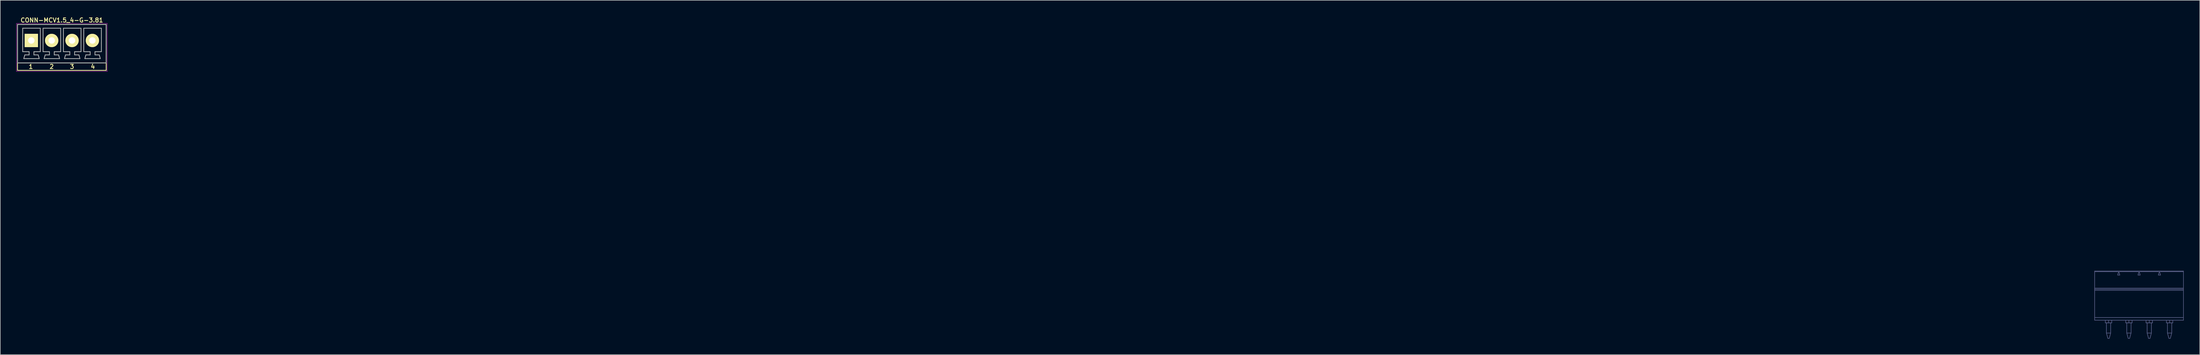
<source format=kicad_pcb>
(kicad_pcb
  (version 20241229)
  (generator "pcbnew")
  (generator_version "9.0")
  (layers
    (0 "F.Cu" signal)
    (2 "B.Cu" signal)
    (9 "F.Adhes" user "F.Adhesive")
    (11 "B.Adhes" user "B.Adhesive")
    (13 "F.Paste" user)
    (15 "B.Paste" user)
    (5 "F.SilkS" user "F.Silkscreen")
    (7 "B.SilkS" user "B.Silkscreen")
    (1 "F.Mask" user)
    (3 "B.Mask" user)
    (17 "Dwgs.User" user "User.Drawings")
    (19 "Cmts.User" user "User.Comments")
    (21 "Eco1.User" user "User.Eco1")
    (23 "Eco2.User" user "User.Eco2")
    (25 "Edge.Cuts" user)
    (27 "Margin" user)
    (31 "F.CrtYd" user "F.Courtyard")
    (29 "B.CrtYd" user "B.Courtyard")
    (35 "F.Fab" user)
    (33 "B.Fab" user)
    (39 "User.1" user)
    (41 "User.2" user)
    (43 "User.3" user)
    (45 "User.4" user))
  (footprint "CONN-MCV1.5_4-G-3.81"
    (layer "F.Cu")
    (at 8.53 4.531)
    (property "Reference" "CONN-MCV1.5_4-G-3.81" (at 0 -3.8 0) (layer "F.SilkS") (effects (font (size 0.8 0.8) (thickness 0.15))))
    (attr through_hole)
    (fp_line (start -8.305 -3) (end -8.305 5.6) (stroke (width 0.15) (type solid)) (layer "F.SilkS"))
    (fp_line (start -8.305 -3) (end 8.305 -3) (stroke (width 0.15) (type solid)) (layer "F.SilkS"))
    (fp_line (start -8.305 5.6) (end 8.305 5.6) (stroke (width 0.15) (type solid)) (layer "F.SilkS"))
    (fp_line (start 8.305 -3) (end 8.305 5.6) (stroke (width 0.15) (type solid)) (layer "F.SilkS"))
    (fp_line (start 8.305 4.2) (end -8.305 4.2) (stroke (width 0.15) (type solid)) (layer "F.SilkS"))
    (fp_line (start -8.505 -3.2) (end 8.505 -3.2) (stroke (width 0.05) (type solid)) (layer "F.CrtYd"))
    (fp_line (start -8.505 5.8) (end -8.505 -3.2) (stroke (width 0.05) (type solid)) (layer "F.CrtYd"))
    (fp_line (start 8.505 -3.2) (end 8.505 5.8) (stroke (width 0.05) (type solid)) (layer "F.CrtYd"))
    (fp_line (start 8.505 5.8) (end -8.505 5.8) (stroke (width 0.05) (type solid)) (layer "F.CrtYd"))
    (fp_line (start 380.586 43.204) (end 380.586 43.304) (stroke (width 0.1) (type solid)) (layer "B.Fab"))
    (fp_line (start 380.586 43.204) (end 380.586 43.304) (stroke (width 0.1) (type solid)) (layer "B.Fab"))
    (fp_line (start 380.586 43.204) (end 384.891 43.204) (stroke (width 0.1) (type solid)) (layer "B.Fab"))
    (fp_line (start 380.586 43.204) (end 384.891 43.204) (stroke (width 0.1) (type solid)) (layer "B.Fab"))
    (fp_line (start 380.586 43.304) (end 384.891 43.304) (stroke (width 0.1) (type solid)) (layer "B.Fab"))
    (fp_line (start 380.586 43.304) (end 384.891 43.304) (stroke (width 0.1) (type solid)) (layer "B.Fab"))
    (fp_line (start 380.586 46.404) (end 380.586 43.304) (stroke (width 0.1) (type solid)) (layer "B.Fab"))
    (fp_line (start 380.586 46.404) (end 380.586 43.304) (stroke (width 0.1) (type solid)) (layer "B.Fab"))
    (fp_line (start 380.586 46.404) (end 397.216 46.404) (stroke (width 0.1) (type solid)) (layer "B.Fab"))
    (fp_line (start 380.586 46.404) (end 397.216 46.404) (stroke (width 0.1) (type solid)) (layer "B.Fab"))
    (fp_line (start 380.586 46.604) (end 380.586 46.404) (stroke (width 0.1) (type solid)) (layer "B.Fab"))
    (fp_line (start 380.586 46.604) (end 380.586 46.404) (stroke (width 0.1) (type solid)) (layer "B.Fab"))
    (fp_line (start 380.586 46.604) (end 380.586 46.804) (stroke (width 0.1) (type solid)) (layer "B.Fab"))
    (fp_line (start 380.586 46.604) (end 380.586 46.804) (stroke (width 0.1) (type solid)) (layer "B.Fab"))
    (fp_line (start 380.586 46.804) (end 397.216 46.804) (stroke (width 0.1) (type solid)) (layer "B.Fab"))
    (fp_line (start 380.586 46.804) (end 397.216 46.804) (stroke (width 0.1) (type solid)) (layer "B.Fab"))
    (fp_line (start 380.586 51.904) (end 380.586 46.804) (stroke (width 0.1) (type solid)) (layer "B.Fab"))
    (fp_line (start 380.586 51.904) (end 380.586 46.804) (stroke (width 0.1) (type solid)) (layer "B.Fab"))
    (fp_line (start 380.586 51.904) (end 380.586 52.404) (stroke (width 0.1) (type solid)) (layer "B.Fab"))
    (fp_line (start 380.586 51.904) (end 380.586 52.404) (stroke (width 0.1) (type solid)) (layer "B.Fab"))
    (fp_line (start 380.586 52.404) (end 382.586 52.404) (stroke (width 0.1) (type solid)) (layer "B.Fab"))
    (fp_line (start 380.586 52.404) (end 382.586 52.404) (stroke (width 0.1) (type solid)) (layer "B.Fab"))
    (fp_line (start 382.586 52.404) (end 382.586 52.904) (stroke (width 0.1) (type solid)) (layer "B.Fab"))
    (fp_line (start 382.586 52.404) (end 382.586 52.904) (stroke (width 0.1) (type solid)) (layer "B.Fab"))
    (fp_line (start 382.586 52.404) (end 383.786 52.404) (stroke (width 0.1) (type solid)) (layer "B.Fab"))
    (fp_line (start 382.586 52.404) (end 383.786 52.404) (stroke (width 0.1) (type solid)) (layer "B.Fab"))
    (fp_line (start 382.786 52.904) (end 382.586 52.904) (stroke (width 0.1) (type solid)) (layer "B.Fab"))
    (fp_line (start 382.786 52.904) (end 382.586 52.904) (stroke (width 0.1) (type solid)) (layer "B.Fab"))
    (fp_line (start 382.786 52.904) (end 382.786 54.804) (stroke (width 0.1) (type solid)) (layer "B.Fab"))
    (fp_line (start 382.786 52.904) (end 382.786 54.804) (stroke (width 0.1) (type solid)) (layer "B.Fab"))
    (fp_line (start 383.054 55.804) (end 382.786 54.804) (stroke (width 0.1) (type solid)) (layer "B.Fab"))
    (fp_line (start 383.054 55.804) (end 382.786 54.804) (stroke (width 0.1) (type solid)) (layer "B.Fab"))
    (fp_line (start 383.054 55.804) (end 383.318 55.804) (stroke (width 0.1) (type solid)) (layer "B.Fab"))
    (fp_line (start 383.054 55.804) (end 383.318 55.804) (stroke (width 0.1) (type solid)) (layer "B.Fab"))
    (fp_line (start 383.186 52.404) (end 383.186 52.904) (stroke (width 0.1) (type solid)) (layer "B.Fab"))
    (fp_line (start 383.186 52.404) (end 383.186 52.904) (stroke (width 0.1) (type solid)) (layer "B.Fab"))
    (fp_line (start 383.186 52.904) (end 382.786 52.904) (stroke (width 0.1) (type solid)) (layer "B.Fab"))
    (fp_line (start 383.186 52.904) (end 382.786 52.904) (stroke (width 0.1) (type solid)) (layer "B.Fab"))
    (fp_line (start 383.318 55.804) (end 383.586 54.804) (stroke (width 0.1) (type solid)) (layer "B.Fab"))
    (fp_line (start 383.318 55.804) (end 383.586 54.804) (stroke (width 0.1) (type solid)) (layer "B.Fab"))
    (fp_line (start 383.586 52.904) (end 383.186 52.904) (stroke (width 0.1) (type solid)) (layer "B.Fab"))
    (fp_line (start 383.586 52.904) (end 383.186 52.904) (stroke (width 0.1) (type solid)) (layer "B.Fab"))
    (fp_line (start 383.586 52.904) (end 383.586 54.804) (stroke (width 0.1) (type solid)) (layer "B.Fab"))
    (fp_line (start 383.586 52.904) (end 383.586 54.804) (stroke (width 0.1) (type solid)) (layer "B.Fab"))
    (fp_line (start 383.586 54.804) (end 382.786 54.804) (stroke (width 0.1) (type solid)) (layer "B.Fab"))
    (fp_line (start 383.586 54.804) (end 382.786 54.804) (stroke (width 0.1) (type solid)) (layer "B.Fab"))
    (fp_line (start 383.786 52.404) (end 383.786 52.904) (stroke (width 0.1) (type solid)) (layer "B.Fab"))
    (fp_line (start 383.786 52.404) (end 383.786 52.904) (stroke (width 0.1) (type solid)) (layer "B.Fab"))
    (fp_line (start 383.786 52.404) (end 386.396 52.404) (stroke (width 0.1) (type solid)) (layer "B.Fab"))
    (fp_line (start 383.786 52.404) (end 386.396 52.404) (stroke (width 0.1) (type solid)) (layer "B.Fab"))
    (fp_line (start 383.786 52.904) (end 383.586 52.904) (stroke (width 0.1) (type solid)) (layer "B.Fab"))
    (fp_line (start 383.786 52.904) (end 383.586 52.904) (stroke (width 0.1) (type solid)) (layer "B.Fab"))
    (fp_line (start 384.89 43.954) (end 385.292 43.954) (stroke (width 0.1) (type solid)) (layer "B.Fab"))
    (fp_line (start 384.89 43.954) (end 385.292 43.954) (stroke (width 0.1) (type solid)) (layer "B.Fab"))
    (fp_line (start 384.891 43.204) (end 385.291 43.204) (stroke (width 0.1) (type solid)) (layer "B.Fab"))
    (fp_line (start 384.891 43.204) (end 385.291 43.204) (stroke (width 0.1) (type solid)) (layer "B.Fab"))
    (fp_line (start 384.891 43.304) (end 384.891 43.204) (stroke (width 0.1) (type solid)) (layer "B.Fab"))
    (fp_line (start 384.891 43.304) (end 384.891 43.204) (stroke (width 0.1) (type solid)) (layer "B.Fab"))
    (fp_line (start 385.091 43.204) (end 384.89 43.954) (stroke (width 0.1) (type solid)) (layer "B.Fab"))
    (fp_line (start 385.091 43.204) (end 384.89 43.954) (stroke (width 0.1) (type solid)) (layer "B.Fab"))
    (fp_line (start 385.291 43.204) (end 385.291 43.304) (stroke (width 0.1) (type solid)) (layer "B.Fab"))
    (fp_line (start 385.291 43.204) (end 385.291 43.304) (stroke (width 0.1) (type solid)) (layer "B.Fab"))
    (fp_line (start 385.291 43.204) (end 388.701 43.204) (stroke (width 0.1) (type solid)) (layer "B.Fab"))
    (fp_line (start 385.291 43.204) (end 388.701 43.204) (stroke (width 0.1) (type solid)) (layer "B.Fab"))
    (fp_line (start 385.291 43.304) (end 388.701 43.304) (stroke (width 0.1) (type solid)) (layer "B.Fab"))
    (fp_line (start 385.291 43.304) (end 388.701 43.304) (stroke (width 0.1) (type solid)) (layer "B.Fab"))
    (fp_line (start 385.292 43.954) (end 385.091 43.204) (stroke (width 0.1) (type solid)) (layer "B.Fab"))
    (fp_line (start 385.292 43.954) (end 385.091 43.204) (stroke (width 0.1) (type solid)) (layer "B.Fab"))
    (fp_line (start 386.396 52.404) (end 386.396 52.904) (stroke (width 0.1) (type solid)) (layer "B.Fab"))
    (fp_line (start 386.396 52.404) (end 386.396 52.904) (stroke (width 0.1) (type solid)) (layer "B.Fab"))
    (fp_line (start 386.396 52.404) (end 387.596 52.404) (stroke (width 0.1) (type solid)) (layer "B.Fab"))
    (fp_line (start 386.396 52.404) (end 387.596 52.404) (stroke (width 0.1) (type solid)) (layer "B.Fab"))
    (fp_line (start 386.596 52.904) (end 386.396 52.904) (stroke (width 0.1) (type solid)) (layer "B.Fab"))
    (fp_line (start 386.596 52.904) (end 386.396 52.904) (stroke (width 0.1) (type solid)) (layer "B.Fab"))
    (fp_line (start 386.596 52.904) (end 386.596 54.804) (stroke (width 0.1) (type solid)) (layer "B.Fab"))
    (fp_line (start 386.596 52.904) (end 386.596 54.804) (stroke (width 0.1) (type solid)) (layer "B.Fab"))
    (fp_line (start 386.864 55.804) (end 386.596 54.804) (stroke (width 0.1) (type solid)) (layer "B.Fab"))
    (fp_line (start 386.864 55.804) (end 386.596 54.804) (stroke (width 0.1) (type solid)) (layer "B.Fab"))
    (fp_line (start 386.864 55.804) (end 387.128 55.804) (stroke (width 0.1) (type solid)) (layer "B.Fab"))
    (fp_line (start 386.864 55.804) (end 387.128 55.804) (stroke (width 0.1) (type solid)) (layer "B.Fab"))
    (fp_line (start 386.996 52.404) (end 386.996 52.904) (stroke (width 0.1) (type solid)) (layer "B.Fab"))
    (fp_line (start 386.996 52.404) (end 386.996 52.904) (stroke (width 0.1) (type solid)) (layer "B.Fab"))
    (fp_line (start 386.996 52.904) (end 386.596 52.904) (stroke (width 0.1) (type solid)) (layer "B.Fab"))
    (fp_line (start 386.996 52.904) (end 386.596 52.904) (stroke (width 0.1) (type solid)) (layer "B.Fab"))
    (fp_line (start 387.128 55.804) (end 387.396 54.804) (stroke (width 0.1) (type solid)) (layer "B.Fab"))
    (fp_line (start 387.128 55.804) (end 387.396 54.804) (stroke (width 0.1) (type solid)) (layer "B.Fab"))
    (fp_line (start 387.396 52.904) (end 386.996 52.904) (stroke (width 0.1) (type solid)) (layer "B.Fab"))
    (fp_line (start 387.396 52.904) (end 386.996 52.904) (stroke (width 0.1) (type solid)) (layer "B.Fab"))
    (fp_line (start 387.396 52.904) (end 387.396 54.804) (stroke (width 0.1) (type solid)) (layer "B.Fab"))
    (fp_line (start 387.396 52.904) (end 387.396 54.804) (stroke (width 0.1) (type solid)) (layer "B.Fab"))
    (fp_line (start 387.396 54.804) (end 386.596 54.804) (stroke (width 0.1) (type solid)) (layer "B.Fab"))
    (fp_line (start 387.396 54.804) (end 386.596 54.804) (stroke (width 0.1) (type solid)) (layer "B.Fab"))
    (fp_line (start 387.596 52.404) (end 387.596 52.904) (stroke (width 0.1) (type solid)) (layer "B.Fab"))
    (fp_line (start 387.596 52.404) (end 387.596 52.904) (stroke (width 0.1) (type solid)) (layer "B.Fab"))
    (fp_line (start 387.596 52.404) (end 390.206 52.404) (stroke (width 0.1) (type solid)) (layer "B.Fab"))
    (fp_line (start 387.596 52.404) (end 390.206 52.404) (stroke (width 0.1) (type solid)) (layer "B.Fab"))
    (fp_line (start 387.596 52.904) (end 387.396 52.904) (stroke (width 0.1) (type solid)) (layer "B.Fab"))
    (fp_line (start 387.596 52.904) (end 387.396 52.904) (stroke (width 0.1) (type solid)) (layer "B.Fab"))
    (fp_line (start 388.7 43.954) (end 389.102 43.954) (stroke (width 0.1) (type solid)) (layer "B.Fab"))
    (fp_line (start 388.7 43.954) (end 389.102 43.954) (stroke (width 0.1) (type solid)) (layer "B.Fab"))
    (fp_line (start 388.701 43.204) (end 389.101 43.204) (stroke (width 0.1) (type solid)) (layer "B.Fab"))
    (fp_line (start 388.701 43.204) (end 389.101 43.204) (stroke (width 0.1) (type solid)) (layer "B.Fab"))
    (fp_line (start 388.701 43.304) (end 388.701 43.204) (stroke (width 0.1) (type solid)) (layer "B.Fab"))
    (fp_line (start 388.701 43.304) (end 388.701 43.204) (stroke (width 0.1) (type solid)) (layer "B.Fab"))
    (fp_line (start 388.901 43.204) (end 388.7 43.954) (stroke (width 0.1) (type solid)) (layer "B.Fab"))
    (fp_line (start 388.901 43.204) (end 388.7 43.954) (stroke (width 0.1) (type solid)) (layer "B.Fab"))
    (fp_line (start 389.101 43.204) (end 389.101 43.304) (stroke (width 0.1) (type solid)) (layer "B.Fab"))
    (fp_line (start 389.101 43.204) (end 389.101 43.304) (stroke (width 0.1) (type solid)) (layer "B.Fab"))
    (fp_line (start 389.101 43.204) (end 392.511 43.204) (stroke (width 0.1) (type solid)) (layer "B.Fab"))
    (fp_line (start 389.101 43.204) (end 392.511 43.204) (stroke (width 0.1) (type solid)) (layer "B.Fab"))
    (fp_line (start 389.101 43.304) (end 392.511 43.304) (stroke (width 0.1) (type solid)) (layer "B.Fab"))
    (fp_line (start 389.101 43.304) (end 392.511 43.304) (stroke (width 0.1) (type solid)) (layer "B.Fab"))
    (fp_line (start 389.102 43.954) (end 388.901 43.204) (stroke (width 0.1) (type solid)) (layer "B.Fab"))
    (fp_line (start 389.102 43.954) (end 388.901 43.204) (stroke (width 0.1) (type solid)) (layer "B.Fab"))
    (fp_line (start 390.206 52.404) (end 390.206 52.904) (stroke (width 0.1) (type solid)) (layer "B.Fab"))
    (fp_line (start 390.206 52.404) (end 390.206 52.904) (stroke (width 0.1) (type solid)) (layer "B.Fab"))
    (fp_line (start 390.206 52.404) (end 391.406 52.404) (stroke (width 0.1) (type solid)) (layer "B.Fab"))
    (fp_line (start 390.206 52.404) (end 391.406 52.404) (stroke (width 0.1) (type solid)) (layer "B.Fab"))
    (fp_line (start 390.406 52.904) (end 390.206 52.904) (stroke (width 0.1) (type solid)) (layer "B.Fab"))
    (fp_line (start 390.406 52.904) (end 390.206 52.904) (stroke (width 0.1) (type solid)) (layer "B.Fab"))
    (fp_line (start 390.406 52.904) (end 390.406 54.804) (stroke (width 0.1) (type solid)) (layer "B.Fab"))
    (fp_line (start 390.406 52.904) (end 390.406 54.804) (stroke (width 0.1) (type solid)) (layer "B.Fab"))
    (fp_line (start 390.674 55.804) (end 390.406 54.804) (stroke (width 0.1) (type solid)) (layer "B.Fab"))
    (fp_line (start 390.674 55.804) (end 390.406 54.804) (stroke (width 0.1) (type solid)) (layer "B.Fab"))
    (fp_line (start 390.674 55.804) (end 390.938 55.804) (stroke (width 0.1) (type solid)) (layer "B.Fab"))
    (fp_line (start 390.674 55.804) (end 390.938 55.804) (stroke (width 0.1) (type solid)) (layer "B.Fab"))
    (fp_line (start 390.806 52.404) (end 390.806 52.904) (stroke (width 0.1) (type solid)) (layer "B.Fab"))
    (fp_line (start 390.806 52.404) (end 390.806 52.904) (stroke (width 0.1) (type solid)) (layer "B.Fab"))
    (fp_line (start 390.938 55.804) (end 391.206 54.804) (stroke (width 0.1) (type solid)) (layer "B.Fab"))
    (fp_line (start 390.938 55.804) (end 391.206 54.804) (stroke (width 0.1) (type solid)) (layer "B.Fab"))
    (fp_line (start 391.206 52.904) (end 390.406 52.904) (stroke (width 0.1) (type solid)) (layer "B.Fab"))
    (fp_line (start 391.206 52.904) (end 390.406 52.904) (stroke (width 0.1) (type solid)) (layer "B.Fab"))
    (fp_line (start 391.206 52.904) (end 391.206 54.804) (stroke (width 0.1) (type solid)) (layer "B.Fab"))
    (fp_line (start 391.206 52.904) (end 391.206 54.804) (stroke (width 0.1) (type solid)) (layer "B.Fab"))
    (fp_line (start 391.206 54.804) (end 390.406 54.804) (stroke (width 0.1) (type solid)) (layer "B.Fab"))
    (fp_line (start 391.206 54.804) (end 390.406 54.804) (stroke (width 0.1) (type solid)) (layer "B.Fab"))
    (fp_line (start 391.406 52.404) (end 391.406 52.904) (stroke (width 0.1) (type solid)) (layer "B.Fab"))
    (fp_line (start 391.406 52.404) (end 391.406 52.904) (stroke (width 0.1) (type solid)) (layer "B.Fab"))
    (fp_line (start 391.406 52.404) (end 394.016 52.404) (stroke (width 0.1) (type solid)) (layer "B.Fab"))
    (fp_line (start 391.406 52.404) (end 394.016 52.404) (stroke (width 0.1) (type solid)) (layer "B.Fab"))
    (fp_line (start 391.406 52.904) (end 391.206 52.904) (stroke (width 0.1) (type solid)) (layer "B.Fab"))
    (fp_line (start 391.406 52.904) (end 391.206 52.904) (stroke (width 0.1) (type solid)) (layer "B.Fab"))
    (fp_line (start 392.51 43.954) (end 392.912 43.954) (stroke (width 0.1) (type solid)) (layer "B.Fab"))
    (fp_line (start 392.51 43.954) (end 392.912 43.954) (stroke (width 0.1) (type solid)) (layer "B.Fab"))
    (fp_line (start 392.511 43.204) (end 392.911 43.204) (stroke (width 0.1) (type solid)) (layer "B.Fab"))
    (fp_line (start 392.511 43.204) (end 392.911 43.204) (stroke (width 0.1) (type solid)) (layer "B.Fab"))
    (fp_line (start 392.511 43.304) (end 392.511 43.204) (stroke (width 0.1) (type solid)) (layer "B.Fab"))
    (fp_line (start 392.511 43.304) (end 392.511 43.204) (stroke (width 0.1) (type solid)) (layer "B.Fab"))
    (fp_line (start 392.711 43.204) (end 392.51 43.954) (stroke (width 0.1) (type solid)) (layer "B.Fab"))
    (fp_line (start 392.711 43.204) (end 392.51 43.954) (stroke (width 0.1) (type solid)) (layer "B.Fab"))
    (fp_line (start 392.911 43.204) (end 392.911 43.304) (stroke (width 0.1) (type solid)) (layer "B.Fab"))
    (fp_line (start 392.911 43.204) (end 392.911 43.304) (stroke (width 0.1) (type solid)) (layer "B.Fab"))
    (fp_line (start 392.911 43.204) (end 397.216 43.204) (stroke (width 0.1) (type solid)) (layer "B.Fab"))
    (fp_line (start 392.911 43.204) (end 397.216 43.204) (stroke (width 0.1) (type solid)) (layer "B.Fab"))
    (fp_line (start 392.911 43.304) (end 397.216 43.304) (stroke (width 0.1) (type solid)) (layer "B.Fab"))
    (fp_line (start 392.911 43.304) (end 397.216 43.304) (stroke (width 0.1) (type solid)) (layer "B.Fab"))
    (fp_line (start 392.912 43.954) (end 392.711 43.204) (stroke (width 0.1) (type solid)) (layer "B.Fab"))
    (fp_line (start 392.912 43.954) (end 392.711 43.204) (stroke (width 0.1) (type solid)) (layer "B.Fab"))
    (fp_line (start 394.016 52.404) (end 394.016 52.904) (stroke (width 0.1) (type solid)) (layer "B.Fab"))
    (fp_line (start 394.016 52.404) (end 394.016 52.904) (stroke (width 0.1) (type solid)) (layer "B.Fab"))
    (fp_line (start 394.016 52.404) (end 395.216 52.404) (stroke (width 0.1) (type solid)) (layer "B.Fab"))
    (fp_line (start 394.016 52.404) (end 395.216 52.404) (stroke (width 0.1) (type solid)) (layer "B.Fab"))
    (fp_line (start 394.216 52.904) (end 394.016 52.904) (stroke (width 0.1) (type solid)) (layer "B.Fab"))
    (fp_line (start 394.216 52.904) (end 394.016 52.904) (stroke (width 0.1) (type solid)) (layer "B.Fab"))
    (fp_line (start 394.216 52.904) (end 394.216 54.804) (stroke (width 0.1) (type solid)) (layer "B.Fab"))
    (fp_line (start 394.216 52.904) (end 394.216 54.804) (stroke (width 0.1) (type solid)) (layer "B.Fab"))
    (fp_line (start 394.484 55.804) (end 394.216 54.804) (stroke (width 0.1) (type solid)) (layer "B.Fab"))
    (fp_line (start 394.484 55.804) (end 394.216 54.804) (stroke (width 0.1) (type solid)) (layer "B.Fab"))
    (fp_line (start 394.484 55.804) (end 394.748 55.804) (stroke (width 0.1) (type solid)) (layer "B.Fab"))
    (fp_line (start 394.484 55.804) (end 394.748 55.804) (stroke (width 0.1) (type solid)) (layer "B.Fab"))
    (fp_line (start 394.616 52.404) (end 394.616 52.904) (stroke (width 0.1) (type solid)) (layer "B.Fab"))
    (fp_line (start 394.616 52.404) (end 394.616 52.904) (stroke (width 0.1) (type solid)) (layer "B.Fab"))
    (fp_line (start 394.748 55.804) (end 395.016 54.804) (stroke (width 0.1) (type solid)) (layer "B.Fab"))
    (fp_line (start 394.748 55.804) (end 395.016 54.804) (stroke (width 0.1) (type solid)) (layer "B.Fab"))
    (fp_line (start 395.016 52.904) (end 394.216 52.904) (stroke (width 0.1) (type solid)) (layer "B.Fab"))
    (fp_line (start 395.016 52.904) (end 394.216 52.904) (stroke (width 0.1) (type solid)) (layer "B.Fab"))
    (fp_line (start 395.016 52.904) (end 395.016 54.804) (stroke (width 0.1) (type solid)) (layer "B.Fab"))
    (fp_line (start 395.016 52.904) (end 395.016 54.804) (stroke (width 0.1) (type solid)) (layer "B.Fab"))
    (fp_line (start 395.016 54.804) (end 394.216 54.804) (stroke (width 0.1) (type solid)) (layer "B.Fab"))
    (fp_line (start 395.016 54.804) (end 394.216 54.804) (stroke (width 0.1) (type solid)) (layer "B.Fab"))
    (fp_line (start 395.216 52.404) (end 395.216 52.904) (stroke (width 0.1) (type solid)) (layer "B.Fab"))
    (fp_line (start 395.216 52.404) (end 395.216 52.904) (stroke (width 0.1) (type solid)) (layer "B.Fab"))
    (fp_line (start 395.216 52.404) (end 397.216 52.404) (stroke (width 0.1) (type solid)) (layer "B.Fab"))
    (fp_line (start 395.216 52.404) (end 397.216 52.404) (stroke (width 0.1) (type solid)) (layer "B.Fab"))
    (fp_line (start 395.216 52.904) (end 395.016 52.904) (stroke (width 0.1) (type solid)) (layer "B.Fab"))
    (fp_line (start 395.216 52.904) (end 395.016 52.904) (stroke (width 0.1) (type solid)) (layer "B.Fab"))
    (fp_line (start 397.216 43.204) (end 397.216 43.304) (stroke (width 0.1) (type solid)) (layer "B.Fab"))
    (fp_line (start 397.216 43.204) (end 397.216 43.304) (stroke (width 0.1) (type solid)) (layer "B.Fab"))
    (fp_line (start 397.216 46.404) (end 397.216 43.304) (stroke (width 0.1) (type solid)) (layer "B.Fab"))
    (fp_line (start 397.216 46.404) (end 397.216 43.304) (stroke (width 0.1) (type solid)) (layer "B.Fab"))
    (fp_line (start 397.216 46.604) (end 380.586 46.604) (stroke (width 0.1) (type solid)) (layer "B.Fab"))
    (fp_line (start 397.216 46.604) (end 380.586 46.604) (stroke (width 0.1) (type solid)) (layer "B.Fab"))
    (fp_line (start 397.216 46.604) (end 397.216 46.404) (stroke (width 0.1) (type solid)) (layer "B.Fab"))
    (fp_line (start 397.216 46.604) (end 397.216 46.404) (stroke (width 0.1) (type solid)) (layer "B.Fab"))
    (fp_line (start 397.216 46.604) (end 397.216 46.804) (stroke (width 0.1) (type solid)) (layer "B.Fab"))
    (fp_line (start 397.216 46.604) (end 397.216 46.804) (stroke (width 0.1) (type solid)) (layer "B.Fab"))
    (fp_line (start 397.216 51.904) (end 380.586 51.904) (stroke (width 0.1) (type solid)) (layer "B.Fab"))
    (fp_line (start 397.216 51.904) (end 380.586 51.904) (stroke (width 0.1) (type solid)) (layer "B.Fab"))
    (fp_line (start 397.216 51.904) (end 397.216 46.804) (stroke (width 0.1) (type solid)) (layer "B.Fab"))
    (fp_line (start 397.216 51.904) (end 397.216 46.804) (stroke (width 0.1) (type solid)) (layer "B.Fab"))
    (fp_line (start 397.216 51.904) (end 397.216 52.404) (stroke (width 0.1) (type solid)) (layer "B.Fab"))
    (fp_line (start 397.216 51.904) (end 397.216 52.404) (stroke (width 0.1) (type solid)) (layer "B.Fab"))
    (fp_line (start -8.305 -3) (end -8.305 4.2) (stroke (width 0.15) (type solid)) (layer "F.Fab"))
    (fp_line (start -8.305 -3) (end 8.305 -3) (stroke (width 0.15) (type solid)) (layer "F.Fab"))
    (fp_line (start -7.33 -2.3) (end -7.33 2.1) (stroke (width 0.15) (type solid)) (layer "F.Fab"))
    (fp_line (start -7.33 2.1) (end -6.13 2.1) (stroke (width 0.15) (type solid)) (layer "F.Fab"))
    (fp_line (start -7.13 3.4) (end -4.23 3.4) (stroke (width 0.15) (type solid)) (layer "F.Fab"))
    (fp_line (start -6.93 2.7) (end -7.13 3.4) (stroke (width 0.15) (type solid)) (layer "F.Fab"))
    (fp_line (start -6.13 2.1) (end -6.13 2.7) (stroke (width 0.15) (type solid)) (layer "F.Fab"))
    (fp_line (start -6.13 2.7) (end -6.93 2.7) (stroke (width 0.15) (type solid)) (layer "F.Fab"))
    (fp_line (start -5.23 2.1) (end -4.03 2.1) (stroke (width 0.15) (type solid)) (layer "F.Fab"))
    (fp_line (start -5.23 2.7) (end -5.23 2.1) (stroke (width 0.15) (type solid)) (layer "F.Fab"))
    (fp_line (start -4.43 2.7) (end -5.23 2.7) (stroke (width 0.15) (type solid)) (layer "F.Fab"))
    (fp_line (start -4.23 3.4) (end -4.43 2.7) (stroke (width 0.15) (type solid)) (layer "F.Fab"))
    (fp_line (start -4.03 -2.3) (end -7.33 -2.3) (stroke (width 0.15) (type solid)) (layer "F.Fab"))
    (fp_line (start -4.03 2.1) (end -4.03 -2.3) (stroke (width 0.15) (type solid)) (layer "F.Fab"))
    (fp_line (start -3.52 -2.3) (end -3.52 2.1) (stroke (width 0.15) (type solid)) (layer "F.Fab"))
    (fp_line (start -3.52 2.1) (end -2.32 2.1) (stroke (width 0.15) (type solid)) (layer "F.Fab"))
    (fp_line (start -3.32 3.4) (end -0.42 3.4) (stroke (width 0.15) (type solid)) (layer "F.Fab"))
    (fp_line (start -3.12 2.7) (end -3.32 3.4) (stroke (width 0.15) (type solid)) (layer "F.Fab"))
    (fp_line (start -2.32 2.1) (end -2.32 2.7) (stroke (width 0.15) (type solid)) (layer "F.Fab"))
    (fp_line (start -2.32 2.7) (end -3.12 2.7) (stroke (width 0.15) (type solid)) (layer "F.Fab"))
    (fp_line (start -1.42 2.1) (end -0.22 2.1) (stroke (width 0.15) (type solid)) (layer "F.Fab"))
    (fp_line (start -1.42 2.7) (end -1.42 2.1) (stroke (width 0.15) (type solid)) (layer "F.Fab"))
    (fp_line (start -0.62 2.7) (end -1.42 2.7) (stroke (width 0.15) (type solid)) (layer "F.Fab"))
    (fp_line (start -0.42 3.4) (end -0.62 2.7) (stroke (width 0.15) (type solid)) (layer "F.Fab"))
    (fp_line (start -0.22 -2.3) (end -3.52 -2.3) (stroke (width 0.15) (type solid)) (layer "F.Fab"))
    (fp_line (start -0.22 2.1) (end -0.22 -2.3) (stroke (width 0.15) (type solid)) (layer "F.Fab"))
    (fp_line (start 0.29 -2.3) (end 0.29 2.1) (stroke (width 0.15) (type solid)) (layer "F.Fab"))
    (fp_line (start 0.29 2.1) (end 1.49 2.1) (stroke (width 0.15) (type solid)) (layer "F.Fab"))
    (fp_line (start 0.49 3.4) (end 3.39 3.4) (stroke (width 0.15) (type solid)) (layer "F.Fab"))
    (fp_line (start 0.69 2.7) (end 0.49 3.4) (stroke (width 0.15) (type solid)) (layer "F.Fab"))
    (fp_line (start 1.49 2.1) (end 1.49 2.7) (stroke (width 0.15) (type solid)) (layer "F.Fab"))
    (fp_line (start 1.49 2.7) (end 0.69 2.7) (stroke (width 0.15) (type solid)) (layer "F.Fab"))
    (fp_line (start 2.39 2.1) (end 3.59 2.1) (stroke (width 0.15) (type solid)) (layer "F.Fab"))
    (fp_line (start 2.39 2.7) (end 2.39 2.1) (stroke (width 0.15) (type solid)) (layer "F.Fab"))
    (fp_line (start 3.19 2.7) (end 2.39 2.7) (stroke (width 0.15) (type solid)) (layer "F.Fab"))
    (fp_line (start 3.39 3.4) (end 3.19 2.7) (stroke (width 0.15) (type solid)) (layer "F.Fab"))
    (fp_line (start 3.59 -2.3) (end 0.29 -2.3) (stroke (width 0.15) (type solid)) (layer "F.Fab"))
    (fp_line (start 3.59 2.1) (end 3.59 -2.3) (stroke (width 0.15) (type solid)) (layer "F.Fab"))
    (fp_line (start 4.1 -2.3) (end 4.1 2.1) (stroke (width 0.15) (type solid)) (layer "F.Fab"))
    (fp_line (start 4.1 2.1) (end 5.3 2.1) (stroke (width 0.15) (type solid)) (layer "F.Fab"))
    (fp_line (start 4.3 3.4) (end 7.2 3.4) (stroke (width 0.15) (type solid)) (layer "F.Fab"))
    (fp_line (start 4.5 2.7) (end 4.3 3.4) (stroke (width 0.15) (type solid)) (layer "F.Fab"))
    (fp_line (start 5.3 2.1) (end 5.3 2.7) (stroke (width 0.15) (type solid)) (layer "F.Fab"))
    (fp_line (start 5.3 2.7) (end 4.5 2.7) (stroke (width 0.15) (type solid)) (layer "F.Fab"))
    (fp_line (start 6.2 2.1) (end 7.4 2.1) (stroke (width 0.15) (type solid)) (layer "F.Fab"))
    (fp_line (start 6.2 2.7) (end 6.2 2.1) (stroke (width 0.15) (type solid)) (layer "F.Fab"))
    (fp_line (start 7 2.7) (end 6.2 2.7) (stroke (width 0.15) (type solid)) (layer "F.Fab"))
    (fp_line (start 7.2 3.4) (end 7 2.7) (stroke (width 0.15) (type solid)) (layer "F.Fab"))
    (fp_line (start 7.4 -2.3) (end 4.1 -2.3) (stroke (width 0.15) (type solid)) (layer "F.Fab"))
    (fp_line (start 7.4 2.1) (end 7.4 -2.3) (stroke (width 0.15) (type solid)) (layer "F.Fab"))
    (fp_line (start 8.305 -3) (end 8.305 4.2) (stroke (width 0.15) (type solid)) (layer "F.Fab"))
    (fp_line (start 8.305 4.2) (end -8.305 4.2) (stroke (width 0.15) (type solid)) (layer "F.Fab"))
    (fp_text user "2" (at -1.905 4.9 0) (layer "F.SilkS") (effects (font (size 0.8 0.8) (thickness 0.15))))
    (fp_text user "4" (at 5.805 4.9 0) (layer "F.SilkS") (effects (font (size 0.8 0.8) (thickness 0.15))))
    (fp_text user "3" (at 1.905 4.9 0) (layer "F.SilkS") (effects (font (size 0.8 0.8) (thickness 0.15))))
    (fp_text user "1" (at -5.805 4.9 0) (layer "F.SilkS") (effects (font (size 0.8 0.8) (thickness 0.15))))
    (pad "1" thru_hole rect (at -5.715 0) (size 2.5 2.5) (drill 1.2) (layers "*.Cu" "*.Mask" "F.SilkS"))
    (pad "2" thru_hole circle (at -1.905 0) (size 2.5 2.5) (drill 1.2) (layers "*.Cu" "*.Mask" "F.SilkS"))
    (pad "3" thru_hole circle (at 1.905 0) (size 2.5 2.5) (drill 1.2) (layers "*.Cu" "*.Mask" "F.SilkS"))
    (pad "4" thru_hole circle (at 5.715 0) (size 2.5 2.5) (drill 1.2) (layers "*.Cu" "*.Mask" "F.SilkS")))
  (gr_rect
    (start -3 -3)
    (end 408.796 63.385)
    (stroke (width 0.1) (type default))
    (fill no)
    (layer "Edge.Cuts")))
</source>
